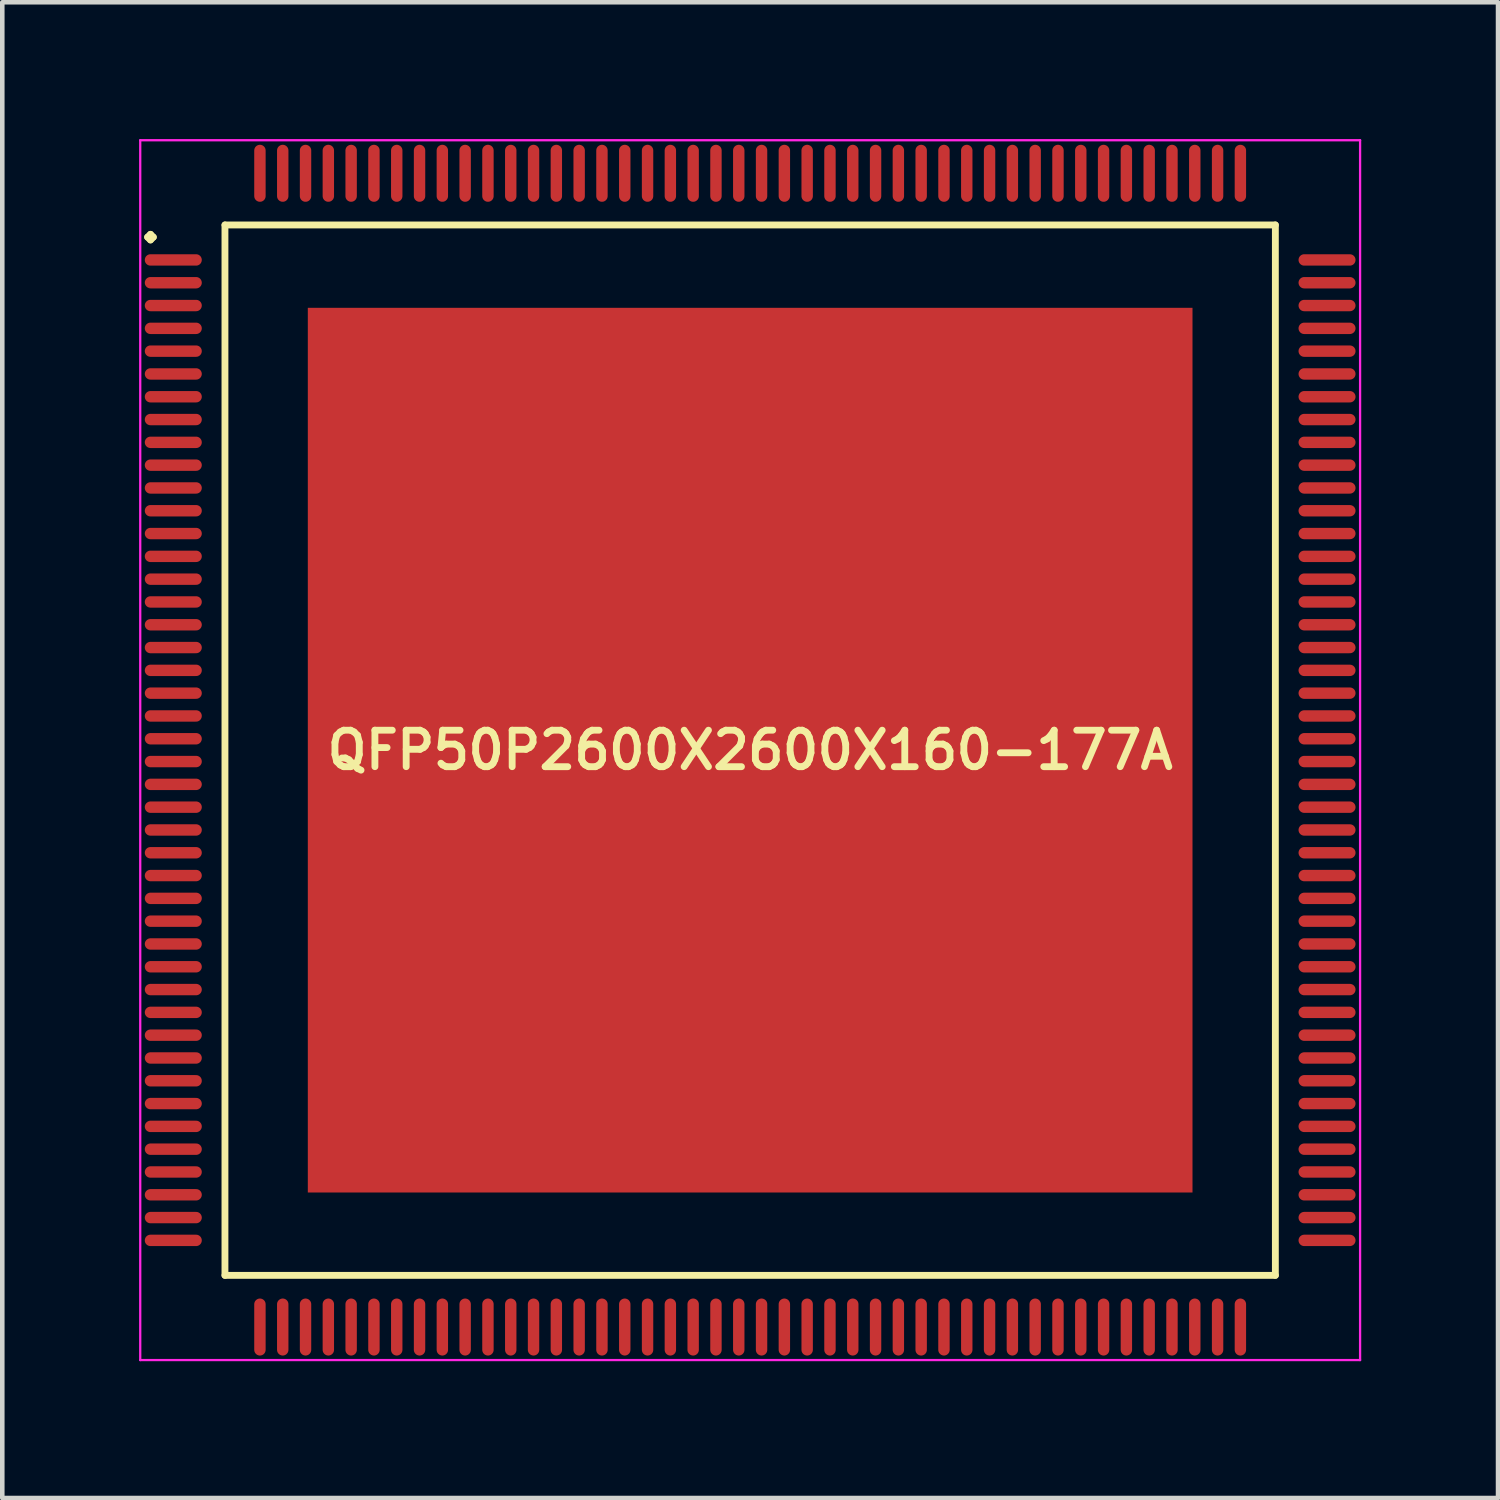
<source format=kicad_pcb>
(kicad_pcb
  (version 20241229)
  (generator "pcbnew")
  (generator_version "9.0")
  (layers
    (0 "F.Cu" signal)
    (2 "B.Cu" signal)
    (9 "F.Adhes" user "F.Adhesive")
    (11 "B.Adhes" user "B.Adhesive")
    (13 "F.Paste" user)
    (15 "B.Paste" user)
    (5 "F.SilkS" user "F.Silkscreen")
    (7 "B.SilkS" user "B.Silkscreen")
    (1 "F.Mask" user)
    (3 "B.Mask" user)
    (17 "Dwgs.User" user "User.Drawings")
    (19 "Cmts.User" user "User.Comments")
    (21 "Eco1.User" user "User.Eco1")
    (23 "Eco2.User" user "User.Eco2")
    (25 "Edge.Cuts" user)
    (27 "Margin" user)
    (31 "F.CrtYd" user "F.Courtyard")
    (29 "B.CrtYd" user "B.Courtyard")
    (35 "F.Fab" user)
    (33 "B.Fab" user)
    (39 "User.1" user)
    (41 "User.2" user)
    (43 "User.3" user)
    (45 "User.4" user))
  (footprint "QFP50P2600X2600X160-177A"
    (layer "F.Cu")
    (at 13.4 13.4)
    (property "Reference" "QFP50P2600X2600X160-177A" (at 0 0 0) (layer "F.SilkS") (effects (font (size 0.8 0.8) (thickness 0.15))))
    (attr smd)
    (fp_line (start -13.213 -11.25) (end -13.15 -11.312) (stroke (width 0.15) (type solid)) (layer "F.SilkS"))
    (fp_line (start -13.15 -11.312) (end -13.088 -11.25) (stroke (width 0.15) (type solid)) (layer "F.SilkS"))
    (fp_line (start -13.15 -11.188) (end -13.213 -11.25) (stroke (width 0.15) (type solid)) (layer "F.SilkS"))
    (fp_line (start -13.088 -11.25) (end -13.15 -11.188) (stroke (width 0.15) (type solid)) (layer "F.SilkS"))
    (fp_line (start -11.517 -11.517) (end -11.517 11.517) (stroke (width 0.15) (type solid)) (layer "F.SilkS"))
    (fp_line (start -11.517 11.517) (end 11.517 11.517) (stroke (width 0.15) (type solid)) (layer "F.SilkS"))
    (fp_line (start 11.517 -11.517) (end -11.517 -11.517) (stroke (width 0.15) (type solid)) (layer "F.SilkS"))
    (fp_line (start 11.517 11.517) (end 11.517 -11.517) (stroke (width 0.15) (type solid)) (layer "F.SilkS"))
    (fp_line (start -13.375 -13.375) (end 13.375 -13.375) (stroke (width 0.05) (type solid)) (layer "F.CrtYd"))
    (fp_line (start -13.375 13.375) (end -13.375 -13.375) (stroke (width 0.05) (type solid)) (layer "F.CrtYd"))
    (fp_line (start 13.375 -13.375) (end 13.375 13.375) (stroke (width 0.05) (type solid)) (layer "F.CrtYd"))
    (fp_line (start 13.375 13.375) (end -13.375 13.375) (stroke (width 0.05) (type solid)) (layer "F.CrtYd"))
    (pad "1" smd oval (at -12.65 -10.75) (size 1.25 0.25) (layers "F.Cu" "F.Mask" "F.Paste"))
    (pad "2" smd oval (at -12.65 -10.25) (size 1.25 0.25) (layers "F.Cu" "F.Mask" "F.Paste"))
    (pad "3" smd oval (at -12.65 -9.75) (size 1.25 0.25) (layers "F.Cu" "F.Mask" "F.Paste"))
    (pad "4" smd oval (at -12.65 -9.25) (size 1.25 0.25) (layers "F.Cu" "F.Mask" "F.Paste"))
    (pad "5" smd oval (at -12.65 -8.75) (size 1.25 0.25) (layers "F.Cu" "F.Mask" "F.Paste"))
    (pad "6" smd oval (at -12.65 -8.25) (size 1.25 0.25) (layers "F.Cu" "F.Mask" "F.Paste"))
    (pad "7" smd oval (at -12.65 -7.75) (size 1.25 0.25) (layers "F.Cu" "F.Mask" "F.Paste"))
    (pad "8" smd oval (at -12.65 -7.25) (size 1.25 0.25) (layers "F.Cu" "F.Mask" "F.Paste"))
    (pad "9" smd oval (at -12.65 -6.75) (size 1.25 0.25) (layers "F.Cu" "F.Mask" "F.Paste"))
    (pad "10" smd oval (at -12.65 -6.25) (size 1.25 0.25) (layers "F.Cu" "F.Mask" "F.Paste"))
    (pad "11" smd oval (at -12.65 -5.75) (size 1.25 0.25) (layers "F.Cu" "F.Mask" "F.Paste"))
    (pad "12" smd oval (at -12.65 -5.25) (size 1.25 0.25) (layers "F.Cu" "F.Mask" "F.Paste"))
    (pad "13" smd oval (at -12.65 -4.75) (size 1.25 0.25) (layers "F.Cu" "F.Mask" "F.Paste"))
    (pad "14" smd oval (at -12.65 -4.25) (size 1.25 0.25) (layers "F.Cu" "F.Mask" "F.Paste"))
    (pad "15" smd oval (at -12.65 -3.75) (size 1.25 0.25) (layers "F.Cu" "F.Mask" "F.Paste"))
    (pad "16" smd oval (at -12.65 -3.25) (size 1.25 0.25) (layers "F.Cu" "F.Mask" "F.Paste"))
    (pad "17" smd oval (at -12.65 -2.75) (size 1.25 0.25) (layers "F.Cu" "F.Mask" "F.Paste"))
    (pad "18" smd oval (at -12.65 -2.25) (size 1.25 0.25) (layers "F.Cu" "F.Mask" "F.Paste"))
    (pad "19" smd oval (at -12.65 -1.75) (size 1.25 0.25) (layers "F.Cu" "F.Mask" "F.Paste"))
    (pad "20" smd oval (at -12.65 -1.25) (size 1.25 0.25) (layers "F.Cu" "F.Mask" "F.Paste"))
    (pad "21" smd oval (at -12.65 -0.75) (size 1.25 0.25) (layers "F.Cu" "F.Mask" "F.Paste"))
    (pad "22" smd oval (at -12.65 -0.25) (size 1.25 0.25) (layers "F.Cu" "F.Mask" "F.Paste"))
    (pad "23" smd oval (at -12.65 0.25) (size 1.25 0.25) (layers "F.Cu" "F.Mask" "F.Paste"))
    (pad "24" smd oval (at -12.65 0.75) (size 1.25 0.25) (layers "F.Cu" "F.Mask" "F.Paste"))
    (pad "25" smd oval (at -12.65 1.25) (size 1.25 0.25) (layers "F.Cu" "F.Mask" "F.Paste"))
    (pad "26" smd oval (at -12.65 1.75) (size 1.25 0.25) (layers "F.Cu" "F.Mask" "F.Paste"))
    (pad "27" smd oval (at -12.65 2.25) (size 1.25 0.25) (layers "F.Cu" "F.Mask" "F.Paste"))
    (pad "28" smd oval (at -12.65 2.75) (size 1.25 0.25) (layers "F.Cu" "F.Mask" "F.Paste"))
    (pad "29" smd oval (at -12.65 3.25) (size 1.25 0.25) (layers "F.Cu" "F.Mask" "F.Paste"))
    (pad "30" smd oval (at -12.65 3.75) (size 1.25 0.25) (layers "F.Cu" "F.Mask" "F.Paste"))
    (pad "31" smd oval (at -12.65 4.25) (size 1.25 0.25) (layers "F.Cu" "F.Mask" "F.Paste"))
    (pad "32" smd oval (at -12.65 4.75) (size 1.25 0.25) (layers "F.Cu" "F.Mask" "F.Paste"))
    (pad "33" smd oval (at -12.65 5.25) (size 1.25 0.25) (layers "F.Cu" "F.Mask" "F.Paste"))
    (pad "34" smd oval (at -12.65 5.75) (size 1.25 0.25) (layers "F.Cu" "F.Mask" "F.Paste"))
    (pad "35" smd oval (at -12.65 6.25) (size 1.25 0.25) (layers "F.Cu" "F.Mask" "F.Paste"))
    (pad "36" smd oval (at -12.65 6.75) (size 1.25 0.25) (layers "F.Cu" "F.Mask" "F.Paste"))
    (pad "37" smd oval (at -12.65 7.25) (size 1.25 0.25) (layers "F.Cu" "F.Mask" "F.Paste"))
    (pad "38" smd oval (at -12.65 7.75) (size 1.25 0.25) (layers "F.Cu" "F.Mask" "F.Paste"))
    (pad "39" smd oval (at -12.65 8.25) (size 1.25 0.25) (layers "F.Cu" "F.Mask" "F.Paste"))
    (pad "40" smd oval (at -12.65 8.75) (size 1.25 0.25) (layers "F.Cu" "F.Mask" "F.Paste"))
    (pad "41" smd oval (at -12.65 9.25) (size 1.25 0.25) (layers "F.Cu" "F.Mask" "F.Paste"))
    (pad "42" smd oval (at -12.65 9.75) (size 1.25 0.25) (layers "F.Cu" "F.Mask" "F.Paste"))
    (pad "43" smd oval (at -12.65 10.25) (size 1.25 0.25) (layers "F.Cu" "F.Mask" "F.Paste"))
    (pad "44" smd oval (at -12.65 10.75) (size 1.25 0.25) (layers "F.Cu" "F.Mask" "F.Paste"))
    (pad "45" smd oval (at -10.75 12.65) (size 0.25 1.25) (layers "F.Cu" "F.Mask" "F.Paste"))
    (pad "46" smd oval (at -10.25 12.65) (size 0.25 1.25) (layers "F.Cu" "F.Mask" "F.Paste"))
    (pad "47" smd oval (at -9.75 12.65) (size 0.25 1.25) (layers "F.Cu" "F.Mask" "F.Paste"))
    (pad "48" smd oval (at -9.25 12.65) (size 0.25 1.25) (layers "F.Cu" "F.Mask" "F.Paste"))
    (pad "49" smd oval (at -8.75 12.65) (size 0.25 1.25) (layers "F.Cu" "F.Mask" "F.Paste"))
    (pad "50" smd oval (at -8.25 12.65) (size 0.25 1.25) (layers "F.Cu" "F.Mask" "F.Paste"))
    (pad "51" smd oval (at -7.75 12.65) (size 0.25 1.25) (layers "F.Cu" "F.Mask" "F.Paste"))
    (pad "52" smd oval (at -7.25 12.65) (size 0.25 1.25) (layers "F.Cu" "F.Mask" "F.Paste"))
    (pad "53" smd oval (at -6.75 12.65) (size 0.25 1.25) (layers "F.Cu" "F.Mask" "F.Paste"))
    (pad "54" smd oval (at -6.25 12.65) (size 0.25 1.25) (layers "F.Cu" "F.Mask" "F.Paste"))
    (pad "55" smd oval (at -5.75 12.65) (size 0.25 1.25) (layers "F.Cu" "F.Mask" "F.Paste"))
    (pad "56" smd oval (at -5.25 12.65) (size 0.25 1.25) (layers "F.Cu" "F.Mask" "F.Paste"))
    (pad "57" smd oval (at -4.75 12.65) (size 0.25 1.25) (layers "F.Cu" "F.Mask" "F.Paste"))
    (pad "58" smd oval (at -4.25 12.65) (size 0.25 1.25) (layers "F.Cu" "F.Mask" "F.Paste"))
    (pad "59" smd oval (at -3.75 12.65) (size 0.25 1.25) (layers "F.Cu" "F.Mask" "F.Paste"))
    (pad "60" smd oval (at -3.25 12.65) (size 0.25 1.25) (layers "F.Cu" "F.Mask" "F.Paste"))
    (pad "61" smd oval (at -2.75 12.65) (size 0.25 1.25) (layers "F.Cu" "F.Mask" "F.Paste"))
    (pad "62" smd oval (at -2.25 12.65) (size 0.25 1.25) (layers "F.Cu" "F.Mask" "F.Paste"))
    (pad "63" smd oval (at -1.75 12.65) (size 0.25 1.25) (layers "F.Cu" "F.Mask" "F.Paste"))
    (pad "64" smd oval (at -1.25 12.65) (size 0.25 1.25) (layers "F.Cu" "F.Mask" "F.Paste"))
    (pad "65" smd oval (at -0.75 12.65) (size 0.25 1.25) (layers "F.Cu" "F.Mask" "F.Paste"))
    (pad "66" smd oval (at -0.25 12.65) (size 0.25 1.25) (layers "F.Cu" "F.Mask" "F.Paste"))
    (pad "67" smd oval (at 0.25 12.65) (size 0.25 1.25) (layers "F.Cu" "F.Mask" "F.Paste"))
    (pad "68" smd oval (at 0.75 12.65) (size 0.25 1.25) (layers "F.Cu" "F.Mask" "F.Paste"))
    (pad "69" smd oval (at 1.25 12.65) (size 0.25 1.25) (layers "F.Cu" "F.Mask" "F.Paste"))
    (pad "70" smd oval (at 1.75 12.65) (size 0.25 1.25) (layers "F.Cu" "F.Mask" "F.Paste"))
    (pad "71" smd oval (at 2.25 12.65) (size 0.25 1.25) (layers "F.Cu" "F.Mask" "F.Paste"))
    (pad "72" smd oval (at 2.75 12.65) (size 0.25 1.25) (layers "F.Cu" "F.Mask" "F.Paste"))
    (pad "73" smd oval (at 3.25 12.65) (size 0.25 1.25) (layers "F.Cu" "F.Mask" "F.Paste"))
    (pad "74" smd oval (at 3.75 12.65) (size 0.25 1.25) (layers "F.Cu" "F.Mask" "F.Paste"))
    (pad "75" smd oval (at 4.25 12.65) (size 0.25 1.25) (layers "F.Cu" "F.Mask" "F.Paste"))
    (pad "76" smd oval (at 4.75 12.65) (size 0.25 1.25) (layers "F.Cu" "F.Mask" "F.Paste"))
    (pad "77" smd oval (at 5.25 12.65) (size 0.25 1.25) (layers "F.Cu" "F.Mask" "F.Paste"))
    (pad "78" smd oval (at 5.75 12.65) (size 0.25 1.25) (layers "F.Cu" "F.Mask" "F.Paste"))
    (pad "79" smd oval (at 6.25 12.65) (size 0.25 1.25) (layers "F.Cu" "F.Mask" "F.Paste"))
    (pad "80" smd oval (at 6.75 12.65) (size 0.25 1.25) (layers "F.Cu" "F.Mask" "F.Paste"))
    (pad "81" smd oval (at 7.25 12.65) (size 0.25 1.25) (layers "F.Cu" "F.Mask" "F.Paste"))
    (pad "82" smd oval (at 7.75 12.65) (size 0.25 1.25) (layers "F.Cu" "F.Mask" "F.Paste"))
    (pad "83" smd oval (at 8.25 12.65) (size 0.25 1.25) (layers "F.Cu" "F.Mask" "F.Paste"))
    (pad "84" smd oval (at 8.75 12.65) (size 0.25 1.25) (layers "F.Cu" "F.Mask" "F.Paste"))
    (pad "85" smd oval (at 9.25 12.65) (size 0.25 1.25) (layers "F.Cu" "F.Mask" "F.Paste"))
    (pad "86" smd oval (at 9.75 12.65) (size 0.25 1.25) (layers "F.Cu" "F.Mask" "F.Paste"))
    (pad "87" smd oval (at 10.25 12.65) (size 0.25 1.25) (layers "F.Cu" "F.Mask" "F.Paste"))
    (pad "88" smd oval (at 10.75 12.65) (size 0.25 1.25) (layers "F.Cu" "F.Mask" "F.Paste"))
    (pad "89" smd oval (at 12.65 10.75) (size 1.25 0.25) (layers "F.Cu" "F.Mask" "F.Paste"))
    (pad "90" smd oval (at 12.65 10.25) (size 1.25 0.25) (layers "F.Cu" "F.Mask" "F.Paste"))
    (pad "91" smd oval (at 12.65 9.75) (size 1.25 0.25) (layers "F.Cu" "F.Mask" "F.Paste"))
    (pad "92" smd oval (at 12.65 9.25) (size 1.25 0.25) (layers "F.Cu" "F.Mask" "F.Paste"))
    (pad "93" smd oval (at 12.65 8.75) (size 1.25 0.25) (layers "F.Cu" "F.Mask" "F.Paste"))
    (pad "94" smd oval (at 12.65 8.25) (size 1.25 0.25) (layers "F.Cu" "F.Mask" "F.Paste"))
    (pad "95" smd oval (at 12.65 7.75) (size 1.25 0.25) (layers "F.Cu" "F.Mask" "F.Paste"))
    (pad "96" smd oval (at 12.65 7.25) (size 1.25 0.25) (layers "F.Cu" "F.Mask" "F.Paste"))
    (pad "97" smd oval (at 12.65 6.75) (size 1.25 0.25) (layers "F.Cu" "F.Mask" "F.Paste"))
    (pad "98" smd oval (at 12.65 6.25) (size 1.25 0.25) (layers "F.Cu" "F.Mask" "F.Paste"))
    (pad "99" smd oval (at 12.65 5.75) (size 1.25 0.25) (layers "F.Cu" "F.Mask" "F.Paste"))
    (pad "100" smd oval (at 12.65 5.25) (size 1.25 0.25) (layers "F.Cu" "F.Mask" "F.Paste"))
    (pad "101" smd oval (at 12.65 4.75) (size 1.25 0.25) (layers "F.Cu" "F.Mask" "F.Paste"))
    (pad "102" smd oval (at 12.65 4.25) (size 1.25 0.25) (layers "F.Cu" "F.Mask" "F.Paste"))
    (pad "103" smd oval (at 12.65 3.75) (size 1.25 0.25) (layers "F.Cu" "F.Mask" "F.Paste"))
    (pad "104" smd oval (at 12.65 3.25) (size 1.25 0.25) (layers "F.Cu" "F.Mask" "F.Paste"))
    (pad "105" smd oval (at 12.65 2.75) (size 1.25 0.25) (layers "F.Cu" "F.Mask" "F.Paste"))
    (pad "106" smd oval (at 12.65 2.25) (size 1.25 0.25) (layers "F.Cu" "F.Mask" "F.Paste"))
    (pad "107" smd oval (at 12.65 1.75) (size 1.25 0.25) (layers "F.Cu" "F.Mask" "F.Paste"))
    (pad "108" smd oval (at 12.65 1.25) (size 1.25 0.25) (layers "F.Cu" "F.Mask" "F.Paste"))
    (pad "109" smd oval (at 12.65 0.75) (size 1.25 0.25) (layers "F.Cu" "F.Mask" "F.Paste"))
    (pad "110" smd oval (at 12.65 0.25) (size 1.25 0.25) (layers "F.Cu" "F.Mask" "F.Paste"))
    (pad "111" smd oval (at 12.65 -0.25) (size 1.25 0.25) (layers "F.Cu" "F.Mask" "F.Paste"))
    (pad "112" smd oval (at 12.65 -0.75) (size 1.25 0.25) (layers "F.Cu" "F.Mask" "F.Paste"))
    (pad "113" smd oval (at 12.65 -1.25) (size 1.25 0.25) (layers "F.Cu" "F.Mask" "F.Paste"))
    (pad "114" smd oval (at 12.65 -1.75) (size 1.25 0.25) (layers "F.Cu" "F.Mask" "F.Paste"))
    (pad "115" smd oval (at 12.65 -2.25) (size 1.25 0.25) (layers "F.Cu" "F.Mask" "F.Paste"))
    (pad "116" smd oval (at 12.65 -2.75) (size 1.25 0.25) (layers "F.Cu" "F.Mask" "F.Paste"))
    (pad "117" smd oval (at 12.65 -3.25) (size 1.25 0.25) (layers "F.Cu" "F.Mask" "F.Paste"))
    (pad "118" smd oval (at 12.65 -3.75) (size 1.25 0.25) (layers "F.Cu" "F.Mask" "F.Paste"))
    (pad "119" smd oval (at 12.65 -4.25) (size 1.25 0.25) (layers "F.Cu" "F.Mask" "F.Paste"))
    (pad "120" smd oval (at 12.65 -4.75) (size 1.25 0.25) (layers "F.Cu" "F.Mask" "F.Paste"))
    (pad "121" smd oval (at 12.65 -5.25) (size 1.25 0.25) (layers "F.Cu" "F.Mask" "F.Paste"))
    (pad "122" smd oval (at 12.65 -5.75) (size 1.25 0.25) (layers "F.Cu" "F.Mask" "F.Paste"))
    (pad "123" smd oval (at 12.65 -6.25) (size 1.25 0.25) (layers "F.Cu" "F.Mask" "F.Paste"))
    (pad "124" smd oval (at 12.65 -6.75) (size 1.25 0.25) (layers "F.Cu" "F.Mask" "F.Paste"))
    (pad "125" smd oval (at 12.65 -7.25) (size 1.25 0.25) (layers "F.Cu" "F.Mask" "F.Paste"))
    (pad "126" smd oval (at 12.65 -7.75) (size 1.25 0.25) (layers "F.Cu" "F.Mask" "F.Paste"))
    (pad "127" smd oval (at 12.65 -8.25) (size 1.25 0.25) (layers "F.Cu" "F.Mask" "F.Paste"))
    (pad "128" smd oval (at 12.65 -8.75) (size 1.25 0.25) (layers "F.Cu" "F.Mask" "F.Paste"))
    (pad "129" smd oval (at 12.65 -9.25) (size 1.25 0.25) (layers "F.Cu" "F.Mask" "F.Paste"))
    (pad "130" smd oval (at 12.65 -9.75) (size 1.25 0.25) (layers "F.Cu" "F.Mask" "F.Paste"))
    (pad "131" smd oval (at 12.65 -10.25) (size 1.25 0.25) (layers "F.Cu" "F.Mask" "F.Paste"))
    (pad "132" smd oval (at 12.65 -10.75) (size 1.25 0.25) (layers "F.Cu" "F.Mask" "F.Paste"))
    (pad "133" smd oval (at 10.75 -12.65) (size 0.25 1.25) (layers "F.Cu" "F.Mask" "F.Paste"))
    (pad "134" smd oval (at 10.25 -12.65) (size 0.25 1.25) (layers "F.Cu" "F.Mask" "F.Paste"))
    (pad "135" smd oval (at 9.75 -12.65) (size 0.25 1.25) (layers "F.Cu" "F.Mask" "F.Paste"))
    (pad "136" smd oval (at 9.25 -12.65) (size 0.25 1.25) (layers "F.Cu" "F.Mask" "F.Paste"))
    (pad "137" smd oval (at 8.75 -12.65) (size 0.25 1.25) (layers "F.Cu" "F.Mask" "F.Paste"))
    (pad "138" smd oval (at 8.25 -12.65) (size 0.25 1.25) (layers "F.Cu" "F.Mask" "F.Paste"))
    (pad "139" smd oval (at 7.75 -12.65) (size 0.25 1.25) (layers "F.Cu" "F.Mask" "F.Paste"))
    (pad "140" smd oval (at 7.25 -12.65) (size 0.25 1.25) (layers "F.Cu" "F.Mask" "F.Paste"))
    (pad "141" smd oval (at 6.75 -12.65) (size 0.25 1.25) (layers "F.Cu" "F.Mask" "F.Paste"))
    (pad "142" smd oval (at 6.25 -12.65) (size 0.25 1.25) (layers "F.Cu" "F.Mask" "F.Paste"))
    (pad "143" smd oval (at 5.75 -12.65) (size 0.25 1.25) (layers "F.Cu" "F.Mask" "F.Paste"))
    (pad "144" smd oval (at 5.25 -12.65) (size 0.25 1.25) (layers "F.Cu" "F.Mask" "F.Paste"))
    (pad "145" smd oval (at 4.75 -12.65) (size 0.25 1.25) (layers "F.Cu" "F.Mask" "F.Paste"))
    (pad "146" smd oval (at 4.25 -12.65) (size 0.25 1.25) (layers "F.Cu" "F.Mask" "F.Paste"))
    (pad "147" smd oval (at 3.75 -12.65) (size 0.25 1.25) (layers "F.Cu" "F.Mask" "F.Paste"))
    (pad "148" smd oval (at 3.25 -12.65) (size 0.25 1.25) (layers "F.Cu" "F.Mask" "F.Paste"))
    (pad "149" smd oval (at 2.75 -12.65) (size 0.25 1.25) (layers "F.Cu" "F.Mask" "F.Paste"))
    (pad "150" smd oval (at 2.25 -12.65) (size 0.25 1.25) (layers "F.Cu" "F.Mask" "F.Paste"))
    (pad "151" smd oval (at 1.75 -12.65) (size 0.25 1.25) (layers "F.Cu" "F.Mask" "F.Paste"))
    (pad "152" smd oval (at 1.25 -12.65) (size 0.25 1.25) (layers "F.Cu" "F.Mask" "F.Paste"))
    (pad "153" smd oval (at 0.75 -12.65) (size 0.25 1.25) (layers "F.Cu" "F.Mask" "F.Paste"))
    (pad "154" smd oval (at 0.25 -12.65) (size 0.25 1.25) (layers "F.Cu" "F.Mask" "F.Paste"))
    (pad "155" smd oval (at -0.25 -12.65) (size 0.25 1.25) (layers "F.Cu" "F.Mask" "F.Paste"))
    (pad "156" smd oval (at -0.75 -12.65) (size 0.25 1.25) (layers "F.Cu" "F.Mask" "F.Paste"))
    (pad "157" smd oval (at -1.25 -12.65) (size 0.25 1.25) (layers "F.Cu" "F.Mask" "F.Paste"))
    (pad "158" smd oval (at -1.75 -12.65) (size 0.25 1.25) (layers "F.Cu" "F.Mask" "F.Paste"))
    (pad "159" smd oval (at -2.25 -12.65) (size 0.25 1.25) (layers "F.Cu" "F.Mask" "F.Paste"))
    (pad "160" smd oval (at -2.75 -12.65) (size 0.25 1.25) (layers "F.Cu" "F.Mask" "F.Paste"))
    (pad "161" smd oval (at -3.25 -12.65) (size 0.25 1.25) (layers "F.Cu" "F.Mask" "F.Paste"))
    (pad "162" smd oval (at -3.75 -12.65) (size 0.25 1.25) (layers "F.Cu" "F.Mask" "F.Paste"))
    (pad "163" smd oval (at -4.25 -12.65) (size 0.25 1.25) (layers "F.Cu" "F.Mask" "F.Paste"))
    (pad "164" smd oval (at -4.75 -12.65) (size 0.25 1.25) (layers "F.Cu" "F.Mask" "F.Paste"))
    (pad "165" smd oval (at -5.25 -12.65) (size 0.25 1.25) (layers "F.Cu" "F.Mask" "F.Paste"))
    (pad "166" smd oval (at -5.75 -12.65) (size 0.25 1.25) (layers "F.Cu" "F.Mask" "F.Paste"))
    (pad "167" smd oval (at -6.25 -12.65) (size 0.25 1.25) (layers "F.Cu" "F.Mask" "F.Paste"))
    (pad "168" smd oval (at -6.75 -12.65) (size 0.25 1.25) (layers "F.Cu" "F.Mask" "F.Paste"))
    (pad "169" smd oval (at -7.25 -12.65) (size 0.25 1.25) (layers "F.Cu" "F.Mask" "F.Paste"))
    (pad "170" smd oval (at -7.75 -12.65) (size 0.25 1.25) (layers "F.Cu" "F.Mask" "F.Paste"))
    (pad "171" smd oval (at -8.25 -12.65) (size 0.25 1.25) (layers "F.Cu" "F.Mask" "F.Paste"))
    (pad "172" smd oval (at -8.75 -12.65) (size 0.25 1.25) (layers "F.Cu" "F.Mask" "F.Paste"))
    (pad "173" smd oval (at -9.25 -12.65) (size 0.25 1.25) (layers "F.Cu" "F.Mask" "F.Paste"))
    (pad "174" smd oval (at -9.75 -12.65) (size 0.25 1.25) (layers "F.Cu" "F.Mask" "F.Paste"))
    (pad "175" smd oval (at -10.25 -12.65) (size 0.25 1.25) (layers "F.Cu" "F.Mask" "F.Paste"))
    (pad "176" smd oval (at -10.75 -12.65) (size 0.25 1.25) (layers "F.Cu" "F.Mask" "F.Paste"))
    (pad "177" smd rect (at 0 0) (size 19.4 19.4) (layers "F.Cu" "F.Mask" "F.Paste")))
  (gr_rect
    (start -3 -3)
    (end 29.8 29.8)
    (stroke (width 0.1) (type default))
    (fill no)
    (layer "Edge.Cuts")))
</source>
